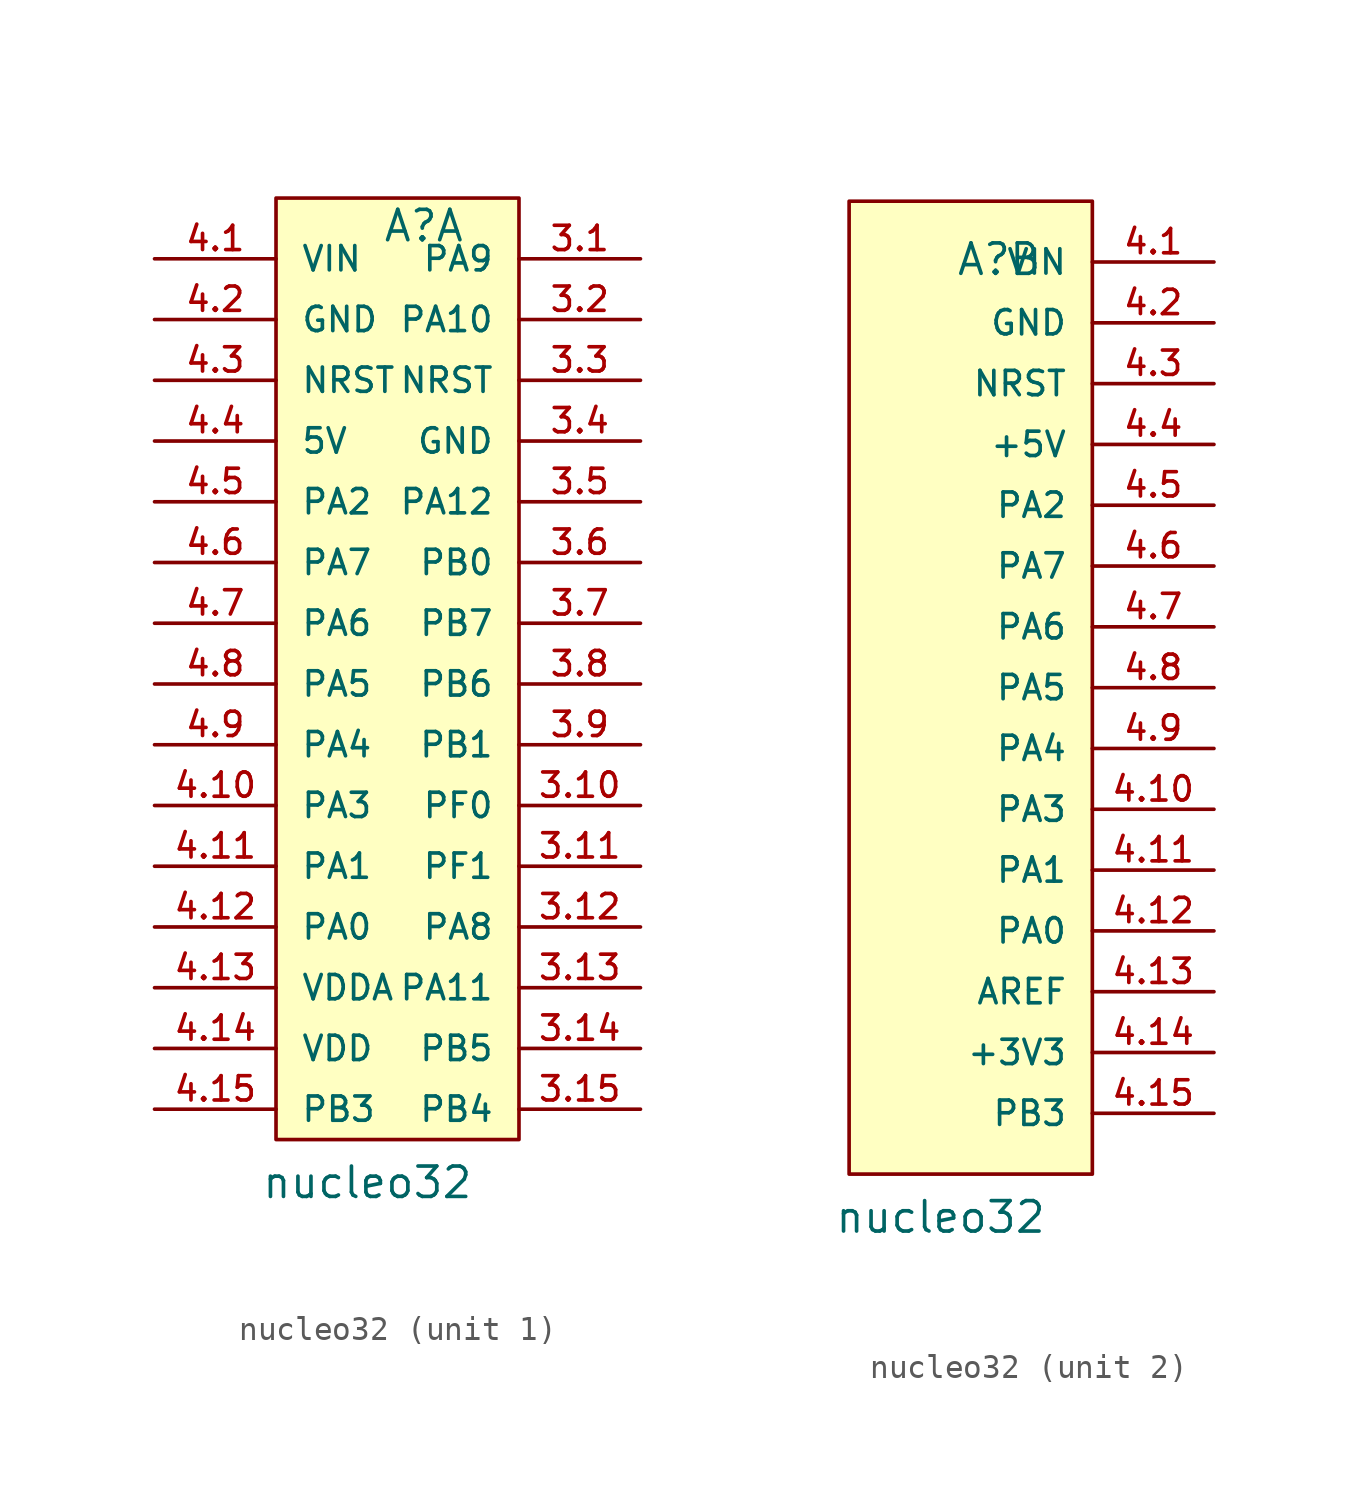
<source format=kicad_sym>
(kicad_symbol_lib
  (version 20220914)
  (generator kicad_symbol_editor)
  (symbol "nucleo32"
    (pin_names
      (offset 1.016))
    (property "Reference" "A"
      (at -0.635 17.145 0)
      (effects (font (size 1.27 1.27)) (justify left bottom)))
    (property "Value" "nucleo32"
      (at -5.715 -22.86 0)
      (effects (font (size 1.27 1.27)) (justify left bottom)))
    (property "ki_locked" ""
      (at 0 0 0)
      (effects (font (size 1.27 1.27))))
    (symbol "nucleo32_1_0"
      (rectangle (start -5.08 19.05) (end 5.08 -20.32) (stroke (width 0.152) (type solid)) (fill (type background)))
      (pin bidirectional line (at 10.16 16.51 180) (length 5.08) (name "PA9" (effects (font (size 1.016 1.016)))) (number "3.1" (effects (font (size 1.016 1.016)))))
      (pin bidirectional line (at 10.16 -6.35 180) (length 5.08) (name "PF0" (effects (font (size 1.016 1.016)))) (number "3.10" (effects (font (size 1.016 1.016)))))
      (pin bidirectional line (at 10.16 -8.89 180) (length 5.08) (name "PF1" (effects (font (size 1.016 1.016)))) (number "3.11" (effects (font (size 1.016 1.016)))))
      (pin bidirectional line (at 10.16 -11.43 180) (length 5.08) (name "PA8" (effects (font (size 1.016 1.016)))) (number "3.12" (effects (font (size 1.016 1.016)))))
      (pin bidirectional line (at 10.16 -13.97 180) (length 5.08) (name "PA11" (effects (font (size 1.016 1.016)))) (number "3.13" (effects (font (size 1.016 1.016)))))
      (pin bidirectional line (at 10.16 -16.51 180) (length 5.08) (name "PB5" (effects (font (size 1.016 1.016)))) (number "3.14" (effects (font (size 1.016 1.016)))))
      (pin bidirectional line (at 10.16 -19.05 180) (length 5.08) (name "PB4" (effects (font (size 1.016 1.016)))) (number "3.15" (effects (font (size 1.016 1.016)))))
      (pin bidirectional line (at 10.16 13.97 180) (length 5.08) (name "PA10" (effects (font (size 1.016 1.016)))) (number "3.2" (effects (font (size 1.016 1.016)))))
      (pin bidirectional line (at 10.16 11.43 180) (length 5.08) (name "NRST" (effects (font (size 1.016 1.016)))) (number "3.3" (effects (font (size 1.016 1.016)))))
      (pin bidirectional line (at 10.16 8.89 180) (length 5.08) (name "GND" (effects (font (size 1.016 1.016)))) (number "3.4" (effects (font (size 1.016 1.016)))))
      (pin bidirectional line (at 10.16 6.35 180) (length 5.08) (name "PA12" (effects (font (size 1.016 1.016)))) (number "3.5" (effects (font (size 1.016 1.016)))))
      (pin bidirectional line (at 10.16 3.81 180) (length 5.08) (name "PB0" (effects (font (size 1.016 1.016)))) (number "3.6" (effects (font (size 1.016 1.016)))))
      (pin bidirectional line (at 10.16 1.27 180) (length 5.08) (name "PB7" (effects (font (size 1.016 1.016)))) (number "3.7" (effects (font (size 1.016 1.016)))))
      (pin bidirectional line (at 10.16 -1.27 180) (length 5.08) (name "PB6" (effects (font (size 1.016 1.016)))) (number "3.8" (effects (font (size 1.016 1.016)))))
      (pin bidirectional line (at 10.16 -3.81 180) (length 5.08) (name "PB1" (effects (font (size 1.016 1.016)))) (number "3.9" (effects (font (size 1.016 1.016))))))
    (symbol "nucleo32_1_1"
      (pin input line (at -10.16 16.51 0) (length 5.08) (name "VIN" (effects (font (size 1.016 1.016)))) (number "4.1" (effects (font (size 1.016 1.016)))))
      (pin bidirectional line (at -10.16 -6.35 0) (length 5.08) (name "PA3" (effects (font (size 1.016 1.016)))) (number "4.10" (effects (font (size 1.016 1.016)))))
      (pin bidirectional line (at -10.16 -8.89 0) (length 5.08) (name "PA1" (effects (font (size 1.016 1.016)))) (number "4.11" (effects (font (size 1.016 1.016)))))
      (pin bidirectional line (at -10.16 -11.43 0) (length 5.08) (name "PA0" (effects (font (size 1.016 1.016)))) (number "4.12" (effects (font (size 1.016 1.016)))))
      (pin bidirectional line (at -10.16 -13.97 0) (length 5.08) (name "VDDA" (effects (font (size 1.016 1.016)))) (number "4.13" (effects (font (size 1.016 1.016)))))
      (pin bidirectional line (at -10.16 -16.51 0) (length 5.08) (name "VDD" (effects (font (size 1.016 1.016)))) (number "4.14" (effects (font (size 1.016 1.016)))))
      (pin bidirectional line (at -10.16 -19.05 0) (length 5.08) (name "PB3" (effects (font (size 1.016 1.016)))) (number "4.15" (effects (font (size 1.016 1.016)))))
      (pin input line (at -10.16 13.97 0) (length 5.08) (name "GND" (effects (font (size 1.016 1.016)))) (number "4.2" (effects (font (size 1.016 1.016)))))
      (pin bidirectional line (at -10.16 11.43 0) (length 5.08) (name "NRST" (effects (font (size 1.016 1.016)))) (number "4.3" (effects (font (size 1.016 1.016)))))
      (pin bidirectional line (at -10.16 8.89 0) (length 5.08) (name "5V" (effects (font (size 1.016 1.016)))) (number "4.4" (effects (font (size 1.016 1.016)))))
      (pin bidirectional line (at -10.16 6.35 0) (length 5.08) (name "PA2" (effects (font (size 1.016 1.016)))) (number "4.5" (effects (font (size 1.016 1.016)))))
      (pin bidirectional line (at -10.16 3.81 0) (length 5.08) (name "PA7" (effects (font (size 1.016 1.016)))) (number "4.6" (effects (font (size 1.016 1.016)))))
      (pin bidirectional line (at -10.16 1.27 0) (length 5.08) (name "PA6" (effects (font (size 1.016 1.016)))) (number "4.7" (effects (font (size 1.016 1.016)))))
      (pin bidirectional line (at -10.16 -1.27 0) (length 5.08) (name "PA5" (effects (font (size 1.016 1.016)))) (number "4.8" (effects (font (size 1.016 1.016)))))
      (pin bidirectional line (at -10.16 -3.81 0) (length 5.08) (name "PA4" (effects (font (size 1.016 1.016)))) (number "4.9" (effects (font (size 1.016 1.016))))))
    (symbol "nucleo32_2_0"
      (rectangle (start -5.08 -20.32) (end 5.08 20.32) (stroke (width 0.152) (type solid)) (fill (type background)))
      (pin bidirectional line (at 10.16 17.78 180) (length 5.08) (name "VIN" (effects (font (size 1.016 1.016)))) (number "4.1" (effects (font (size 1.016 1.016)))))
      (pin bidirectional line (at 10.16 -5.08 180) (length 5.08) (name "PA3" (effects (font (size 1.016 1.016)))) (number "4.10" (effects (font (size 1.016 1.016)))))
      (pin bidirectional line (at 10.16 -7.62 180) (length 5.08) (name "PA1" (effects (font (size 1.016 1.016)))) (number "4.11" (effects (font (size 1.016 1.016)))))
      (pin bidirectional line (at 10.16 -10.16 180) (length 5.08) (name "PA0" (effects (font (size 1.016 1.016)))) (number "4.12" (effects (font (size 1.016 1.016)))))
      (pin bidirectional line (at 10.16 -12.7 180) (length 5.08) (name "AREF" (effects (font (size 1.016 1.016)))) (number "4.13" (effects (font (size 1.016 1.016)))))
      (pin bidirectional line (at 10.16 -15.24 180) (length 5.08) (name "+3V3" (effects (font (size 1.016 1.016)))) (number "4.14" (effects (font (size 1.016 1.016)))))
      (pin bidirectional line (at 10.16 -17.78 180) (length 5.08) (name "PB3" (effects (font (size 1.016 1.016)))) (number "4.15" (effects (font (size 1.016 1.016)))))
      (pin bidirectional line (at 10.16 15.24 180) (length 5.08) (name "GND" (effects (font (size 1.016 1.016)))) (number "4.2" (effects (font (size 1.016 1.016)))))
      (pin bidirectional line (at 10.16 12.7 180) (length 5.08) (name "NRST" (effects (font (size 1.016 1.016)))) (number "4.3" (effects (font (size 1.016 1.016)))))
      (pin bidirectional line (at 10.16 10.16 180) (length 5.08) (name "+5V" (effects (font (size 1.016 1.016)))) (number "4.4" (effects (font (size 1.016 1.016)))))
      (pin bidirectional line (at 10.16 7.62 180) (length 5.08) (name "PA2" (effects (font (size 1.016 1.016)))) (number "4.5" (effects (font (size 1.016 1.016)))))
      (pin bidirectional line (at 10.16 5.08 180) (length 5.08) (name "PA7" (effects (font (size 1.016 1.016)))) (number "4.6" (effects (font (size 1.016 1.016)))))
      (pin bidirectional line (at 10.16 2.54 180) (length 5.08) (name "PA6" (effects (font (size 1.016 1.016)))) (number "4.7" (effects (font (size 1.016 1.016)))))
      (pin bidirectional line (at 10.16 0 180) (length 5.08) (name "PA5" (effects (font (size 1.016 1.016)))) (number "4.8" (effects (font (size 1.016 1.016)))))
      (pin bidirectional line (at 10.16 -2.54 180) (length 5.08) (name "PA4" (effects (font (size 1.016 1.016)))) (number "4.9" (effects (font (size 1.016 1.016))))))))
</source>
